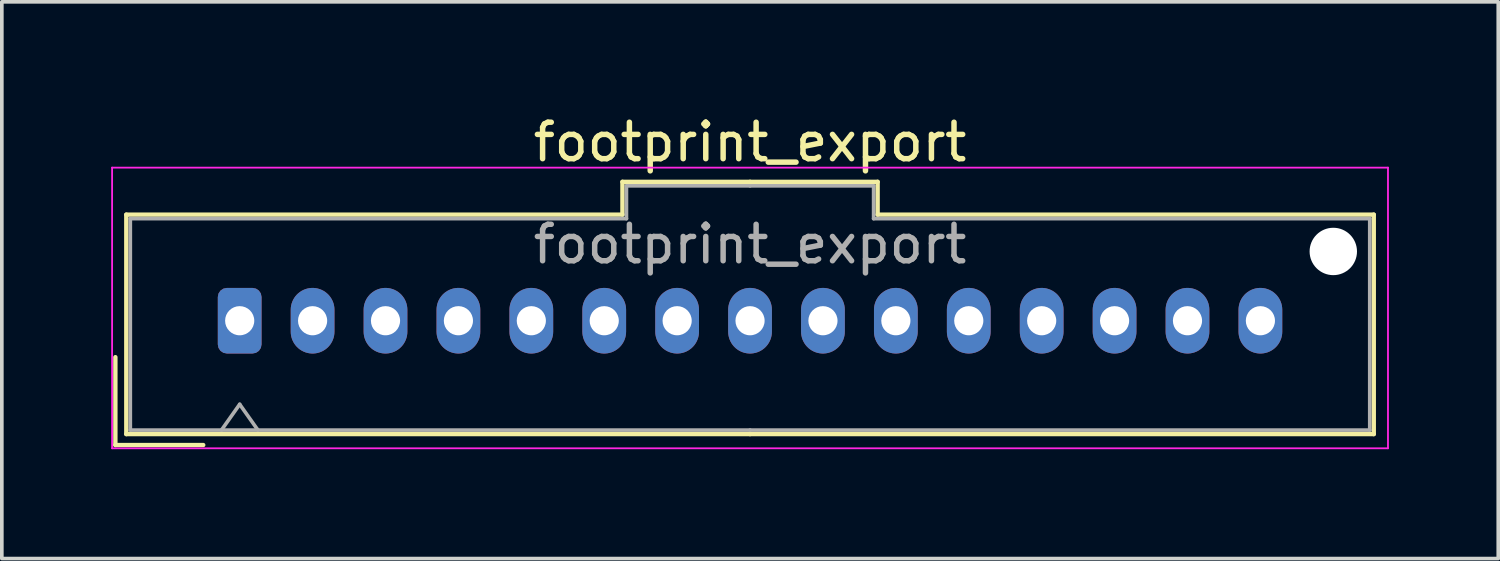
<source format=kicad_pcb>
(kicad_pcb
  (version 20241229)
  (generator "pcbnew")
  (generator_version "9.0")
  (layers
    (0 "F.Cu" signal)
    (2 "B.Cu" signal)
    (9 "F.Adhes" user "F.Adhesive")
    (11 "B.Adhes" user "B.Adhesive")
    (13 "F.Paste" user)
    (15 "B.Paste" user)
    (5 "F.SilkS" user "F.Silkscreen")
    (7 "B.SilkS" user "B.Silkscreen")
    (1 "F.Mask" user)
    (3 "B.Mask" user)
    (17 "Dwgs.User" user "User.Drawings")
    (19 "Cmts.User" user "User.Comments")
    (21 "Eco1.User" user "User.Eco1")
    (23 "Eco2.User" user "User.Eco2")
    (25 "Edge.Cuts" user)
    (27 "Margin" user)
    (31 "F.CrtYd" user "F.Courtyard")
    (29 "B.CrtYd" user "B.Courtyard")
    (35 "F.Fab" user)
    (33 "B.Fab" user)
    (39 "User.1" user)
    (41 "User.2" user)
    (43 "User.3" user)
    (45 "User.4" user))
  (footprint "footprint_export"
    (layer "F.Cu")
    (at 3.525 5.748)
    (property "Reference" "footprint_export" (at 14 -4.9 0) (layer "F.SilkS") (effects (font (size 1 1) (thickness 0.15))))
    (attr through_hole)
    (fp_line (start -3.41 1) (end -3.41 3.41) (stroke (width 0.12) (type solid)) (layer "F.SilkS"))
    (fp_line (start -3.41 3.41) (end -1 3.41) (stroke (width 0.12) (type solid)) (layer "F.SilkS"))
    (fp_line (start -3.11 -2.91) (end -3.11 3.11) (stroke (width 0.12) (type solid)) (layer "F.SilkS"))
    (fp_line (start -3.11 3.11) (end 14 3.11) (stroke (width 0.12) (type solid)) (layer "F.SilkS"))
    (fp_line (start 10.5 -3.81) (end 10.5 -2.91) (stroke (width 0.12) (type solid)) (layer "F.SilkS"))
    (fp_line (start 10.5 -2.91) (end -3.11 -2.91) (stroke (width 0.12) (type solid)) (layer "F.SilkS"))
    (fp_line (start 14 -3.81) (end 10.5 -3.81) (stroke (width 0.12) (type solid)) (layer "F.SilkS"))
    (fp_line (start 14 -3.81) (end 17.5 -3.81) (stroke (width 0.12) (type solid)) (layer "F.SilkS"))
    (fp_line (start 17.5 -3.81) (end 17.5 -2.91) (stroke (width 0.12) (type solid)) (layer "F.SilkS"))
    (fp_line (start 17.5 -2.91) (end 31.11 -2.91) (stroke (width 0.12) (type solid)) (layer "F.SilkS"))
    (fp_line (start 31.11 -2.91) (end 31.11 3.11) (stroke (width 0.12) (type solid)) (layer "F.SilkS"))
    (fp_line (start 31.11 3.11) (end 14 3.11) (stroke (width 0.12) (type solid)) (layer "F.SilkS"))
    (fp_line (start -3.5 -4.2) (end -3.5 3.5) (stroke (width 0.05) (type solid)) (layer "F.CrtYd"))
    (fp_line (start -3.5 3.5) (end 31.5 3.5) (stroke (width 0.05) (type solid)) (layer "F.CrtYd"))
    (fp_line (start 31.5 -4.2) (end -3.5 -4.2) (stroke (width 0.05) (type solid)) (layer "F.CrtYd"))
    (fp_line (start 31.5 3.5) (end 31.5 -4.2) (stroke (width 0.05) (type solid)) (layer "F.CrtYd"))
    (fp_line (start -3 -2.8) (end -3 3) (stroke (width 0.1) (type solid)) (layer "F.Fab"))
    (fp_line (start -3 3) (end 14 3) (stroke (width 0.1) (type solid)) (layer "F.Fab"))
    (fp_line (start -0.5 3) (end 0 2.293) (stroke (width 0.1) (type solid)) (layer "F.Fab"))
    (fp_line (start 0 2.293) (end 0.5 3) (stroke (width 0.1) (type solid)) (layer "F.Fab"))
    (fp_line (start 10.61 -3.7) (end 10.61 -2.8) (stroke (width 0.1) (type solid)) (layer "F.Fab"))
    (fp_line (start 10.61 -2.8) (end -3 -2.8) (stroke (width 0.1) (type solid)) (layer "F.Fab"))
    (fp_line (start 14 -3.7) (end 10.61 -3.7) (stroke (width 0.1) (type solid)) (layer "F.Fab"))
    (fp_line (start 14 -3.7) (end 17.39 -3.7) (stroke (width 0.1) (type solid)) (layer "F.Fab"))
    (fp_line (start 17.39 -3.7) (end 17.39 -2.8) (stroke (width 0.1) (type solid)) (layer "F.Fab"))
    (fp_line (start 17.39 -2.8) (end 31 -2.8) (stroke (width 0.1) (type solid)) (layer "F.Fab"))
    (fp_line (start 31 -2.8) (end 31 3) (stroke (width 0.1) (type solid)) (layer "F.Fab"))
    (fp_line (start 31 3) (end 14 3) (stroke (width 0.1) (type solid)) (layer "F.Fab"))
    (fp_text user "${REFERENCE}" (at 14 -2.1 0) (layer "F.Fab") (effects (font (size 1 1) (thickness 0.15))))
    (pad "" np_thru_hole circle (at 30 -1.9) (size 1.3 1.3) (drill 1.3) (layers "*.Cu" "*.Mask"))
    (pad "1" thru_hole roundrect (at 0 0) (size 1.2 1.8) (drill 0.8) (layers "*.Cu" "*.Mask") (roundrect_rratio 0.208))
    (pad "2" thru_hole oval (at 2 0) (size 1.2 1.8) (drill 0.8) (layers "*.Cu" "*.Mask"))
    (pad "3" thru_hole oval (at 4 0) (size 1.2 1.8) (drill 0.8) (layers "*.Cu" "*.Mask"))
    (pad "4" thru_hole oval (at 6 0) (size 1.2 1.8) (drill 0.8) (layers "*.Cu" "*.Mask"))
    (pad "5" thru_hole oval (at 8 0) (size 1.2 1.8) (drill 0.8) (layers "*.Cu" "*.Mask"))
    (pad "6" thru_hole oval (at 10 0) (size 1.2 1.8) (drill 0.8) (layers "*.Cu" "*.Mask"))
    (pad "7" thru_hole oval (at 12 0) (size 1.2 1.8) (drill 0.8) (layers "*.Cu" "*.Mask"))
    (pad "8" thru_hole oval (at 14 0) (size 1.2 1.8) (drill 0.8) (layers "*.Cu" "*.Mask"))
    (pad "9" thru_hole oval (at 16 0) (size 1.2 1.8) (drill 0.8) (layers "*.Cu" "*.Mask"))
    (pad "10" thru_hole oval (at 18 0) (size 1.2 1.8) (drill 0.8) (layers "*.Cu" "*.Mask"))
    (pad "11" thru_hole oval (at 20 0) (size 1.2 1.8) (drill 0.8) (layers "*.Cu" "*.Mask"))
    (pad "12" thru_hole oval (at 22 0) (size 1.2 1.8) (drill 0.8) (layers "*.Cu" "*.Mask"))
    (pad "13" thru_hole oval (at 24 0) (size 1.2 1.8) (drill 0.8) (layers "*.Cu" "*.Mask"))
    (pad "14" thru_hole oval (at 26 0) (size 1.2 1.8) (drill 0.8) (layers "*.Cu" "*.Mask"))
    (pad "15" thru_hole oval (at 28 0) (size 1.2 1.8) (drill 0.8) (layers "*.Cu" "*.Mask")))
  (gr_rect
    (start -3 -3)
    (end 38.05 12.273)
    (stroke (width 0.1) (type default))
    (fill no)
    (layer "Edge.Cuts")))
</source>
